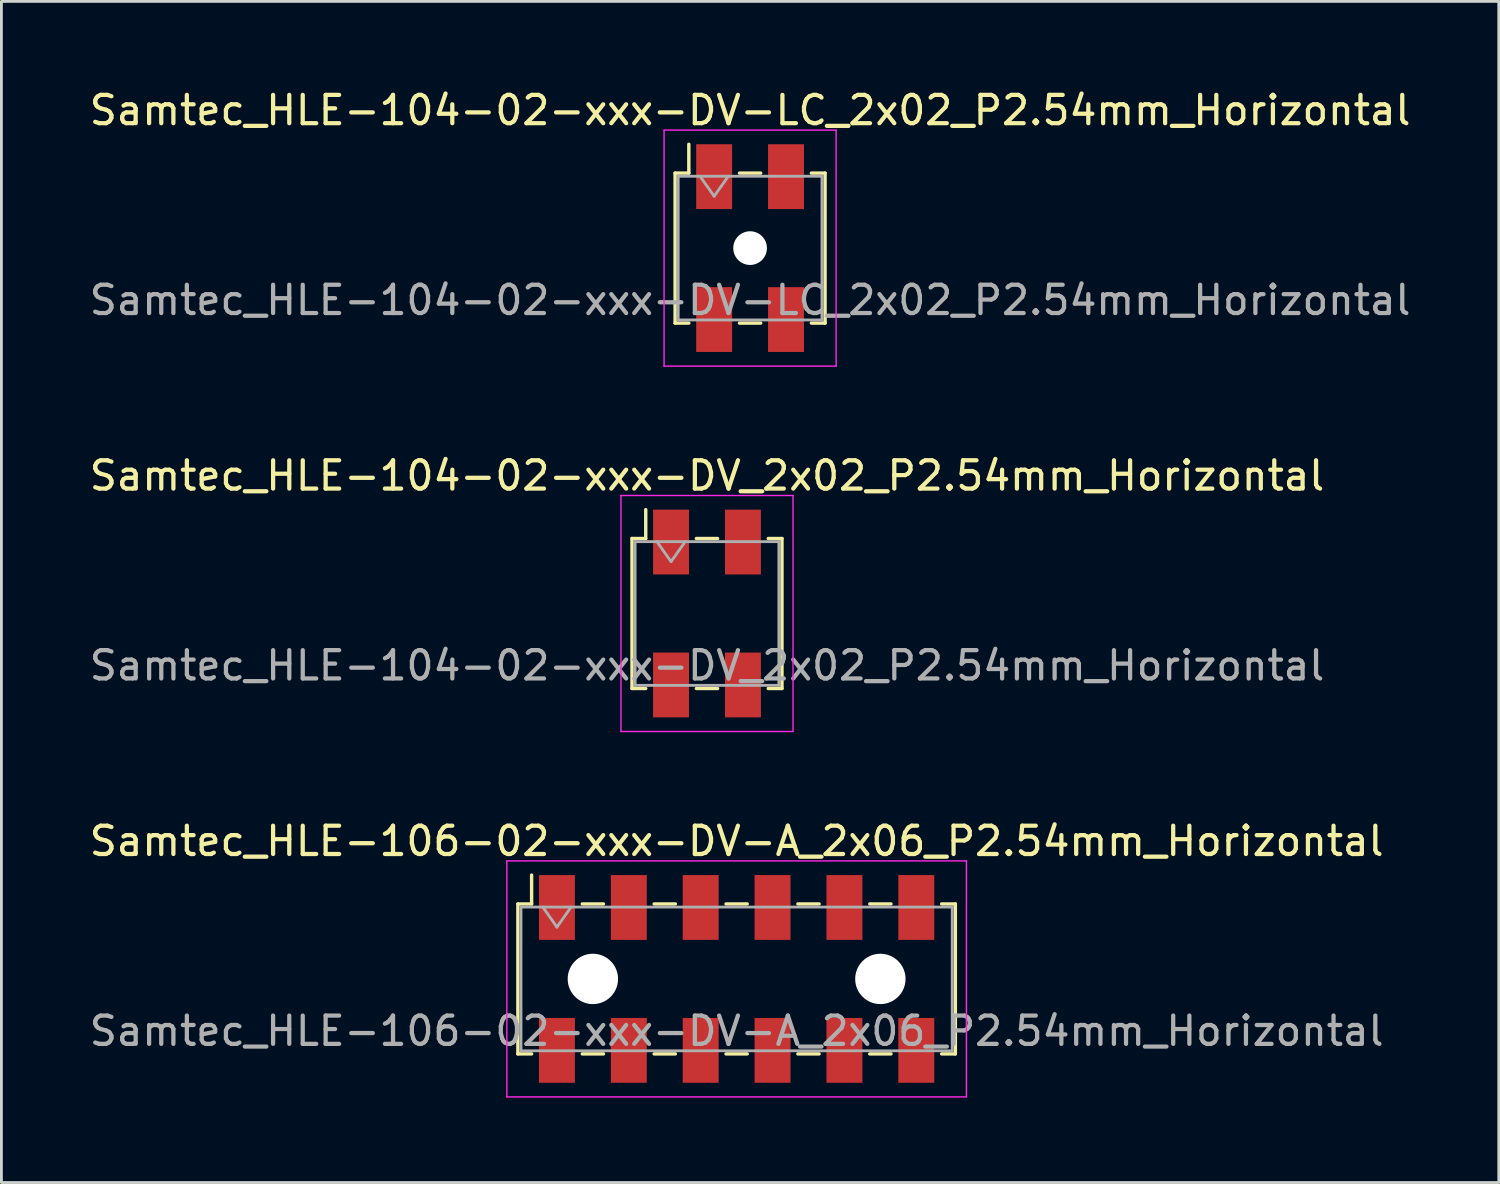
<source format=kicad_pcb>
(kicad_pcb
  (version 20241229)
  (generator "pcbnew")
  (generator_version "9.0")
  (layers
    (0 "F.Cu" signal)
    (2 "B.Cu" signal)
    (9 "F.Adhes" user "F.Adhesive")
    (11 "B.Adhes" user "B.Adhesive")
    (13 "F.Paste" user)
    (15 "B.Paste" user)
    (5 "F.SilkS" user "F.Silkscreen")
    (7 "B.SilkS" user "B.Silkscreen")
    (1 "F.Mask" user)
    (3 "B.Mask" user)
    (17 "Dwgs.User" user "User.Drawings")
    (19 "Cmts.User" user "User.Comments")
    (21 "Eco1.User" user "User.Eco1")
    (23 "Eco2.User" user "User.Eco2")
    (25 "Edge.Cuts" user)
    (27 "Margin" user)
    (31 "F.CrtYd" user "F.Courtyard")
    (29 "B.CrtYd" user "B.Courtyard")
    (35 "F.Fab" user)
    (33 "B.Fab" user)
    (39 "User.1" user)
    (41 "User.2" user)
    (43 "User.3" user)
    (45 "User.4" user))
  (footprint "Samtec_HLE-104-02-xxx-DV-LC_2x02_P2.54mm_Horizontal"
    (layer "F.Cu")
    (at 23.458 5.718)
    (property "Reference" "Samtec_HLE-104-02-xxx-DV-LC_2x02_P2.54mm_Horizontal" (at 0 -4.87 0) (layer "F.SilkS") (effects (font (size 1 1) (thickness 0.15))))
    (attr smd)
    (fp_line (start -2.65 -2.65) (end -2.65 2.65) (stroke (width 0.12) (type solid)) (layer "F.SilkS"))
    (fp_line (start -2.65 2.65) (end -2.165 2.65) (stroke (width 0.12) (type solid)) (layer "F.SilkS"))
    (fp_line (start -2.165 -3.67) (end -2.165 -2.65) (stroke (width 0.12) (type solid)) (layer "F.SilkS"))
    (fp_line (start -2.165 -2.65) (end -2.65 -2.65) (stroke (width 0.12) (type solid)) (layer "F.SilkS"))
    (fp_line (start -0.375 -2.65) (end 0.375 -2.65) (stroke (width 0.12) (type solid)) (layer "F.SilkS"))
    (fp_line (start -0.375 2.65) (end 0.375 2.65) (stroke (width 0.12) (type solid)) (layer "F.SilkS"))
    (fp_line (start 2.165 -2.65) (end 2.65 -2.65) (stroke (width 0.12) (type solid)) (layer "F.SilkS"))
    (fp_line (start 2.65 -2.65) (end 2.65 2.65) (stroke (width 0.12) (type solid)) (layer "F.SilkS"))
    (fp_line (start 2.65 2.65) (end 2.165 2.65) (stroke (width 0.12) (type solid)) (layer "F.SilkS"))
    (fp_line (start -3.04 -4.17) (end 3.04 -4.17) (stroke (width 0.05) (type solid)) (layer "F.CrtYd"))
    (fp_line (start -3.04 4.17) (end -3.04 -4.17) (stroke (width 0.05) (type solid)) (layer "F.CrtYd"))
    (fp_line (start 3.04 -4.17) (end 3.04 4.17) (stroke (width 0.05) (type solid)) (layer "F.CrtYd"))
    (fp_line (start 3.04 4.17) (end -3.04 4.17) (stroke (width 0.05) (type solid)) (layer "F.CrtYd"))
    (fp_line (start -2.54 -2.54) (end 2.54 -2.54) (stroke (width 0.1) (type solid)) (layer "F.Fab"))
    (fp_line (start -2.54 2.54) (end -2.54 -2.54) (stroke (width 0.1) (type solid)) (layer "F.Fab"))
    (fp_line (start -1.77 -2.54) (end -1.27 -1.833) (stroke (width 0.1) (type solid)) (layer "F.Fab"))
    (fp_line (start -1.27 -1.833) (end -0.77 -2.54) (stroke (width 0.1) (type solid)) (layer "F.Fab"))
    (fp_line (start 2.54 -2.54) (end 2.54 2.54) (stroke (width 0.1) (type solid)) (layer "F.Fab"))
    (fp_line (start 2.54 2.54) (end -2.54 2.54) (stroke (width 0.1) (type solid)) (layer "F.Fab"))
    (fp_text user "${REFERENCE}" (at 0 1.84 0) (layer "F.Fab") (effects (font (size 1 1) (thickness 0.15))))
    (pad "" np_thru_hole circle (at 0 0) (size 1.19 1.19) (drill 1.19) (layers "*.Cu" "*.Mask"))
    (pad "1" smd rect (at -1.27 -2.525) (size 1.27 2.29) (layers "F.Cu" "F.Mask" "F.Paste"))
    (pad "2" smd rect (at -1.27 2.525) (size 1.27 2.29) (layers "F.Cu" "F.Mask" "F.Paste"))
    (pad "3" smd rect (at 1.27 -2.525) (size 1.27 2.29) (layers "F.Cu" "F.Mask" "F.Paste"))
    (pad "4" smd rect (at 1.27 2.525) (size 1.27 2.29) (layers "F.Cu" "F.Mask" "F.Paste")))
  (footprint "Samtec_HLE-104-02-xxx-DV_2x02_P2.54mm_Horizontal"
    (layer "F.Cu")
    (at 21.935 18.631)
    (property "Reference" "Samtec_HLE-104-02-xxx-DV_2x02_P2.54mm_Horizontal" (at 0 -4.87 0) (layer "F.SilkS") (effects (font (size 1 1) (thickness 0.15))))
    (attr smd)
    (fp_line (start -2.65 -2.65) (end -2.65 2.65) (stroke (width 0.12) (type solid)) (layer "F.SilkS"))
    (fp_line (start -2.65 2.65) (end -2.165 2.65) (stroke (width 0.12) (type solid)) (layer "F.SilkS"))
    (fp_line (start -2.165 -3.67) (end -2.165 -2.65) (stroke (width 0.12) (type solid)) (layer "F.SilkS"))
    (fp_line (start -2.165 -2.65) (end -2.65 -2.65) (stroke (width 0.12) (type solid)) (layer "F.SilkS"))
    (fp_line (start -0.375 -2.65) (end 0.375 -2.65) (stroke (width 0.12) (type solid)) (layer "F.SilkS"))
    (fp_line (start -0.375 2.65) (end 0.375 2.65) (stroke (width 0.12) (type solid)) (layer "F.SilkS"))
    (fp_line (start 2.165 -2.65) (end 2.65 -2.65) (stroke (width 0.12) (type solid)) (layer "F.SilkS"))
    (fp_line (start 2.65 -2.65) (end 2.65 2.65) (stroke (width 0.12) (type solid)) (layer "F.SilkS"))
    (fp_line (start 2.65 2.65) (end 2.165 2.65) (stroke (width 0.12) (type solid)) (layer "F.SilkS"))
    (fp_line (start -3.04 -4.17) (end 3.04 -4.17) (stroke (width 0.05) (type solid)) (layer "F.CrtYd"))
    (fp_line (start -3.04 4.17) (end -3.04 -4.17) (stroke (width 0.05) (type solid)) (layer "F.CrtYd"))
    (fp_line (start 3.04 -4.17) (end 3.04 4.17) (stroke (width 0.05) (type solid)) (layer "F.CrtYd"))
    (fp_line (start 3.04 4.17) (end -3.04 4.17) (stroke (width 0.05) (type solid)) (layer "F.CrtYd"))
    (fp_line (start -2.54 -2.54) (end 2.54 -2.54) (stroke (width 0.1) (type solid)) (layer "F.Fab"))
    (fp_line (start -2.54 2.54) (end -2.54 -2.54) (stroke (width 0.1) (type solid)) (layer "F.Fab"))
    (fp_line (start -1.77 -2.54) (end -1.27 -1.833) (stroke (width 0.1) (type solid)) (layer "F.Fab"))
    (fp_line (start -1.27 -1.833) (end -0.77 -2.54) (stroke (width 0.1) (type solid)) (layer "F.Fab"))
    (fp_line (start 2.54 -2.54) (end 2.54 2.54) (stroke (width 0.1) (type solid)) (layer "F.Fab"))
    (fp_line (start 2.54 2.54) (end -2.54 2.54) (stroke (width 0.1) (type solid)) (layer "F.Fab"))
    (fp_text user "${REFERENCE}" (at 0 1.84 0) (layer "F.Fab") (effects (font (size 1 1) (thickness 0.15))))
    (pad "1" smd rect (at -1.27 -2.525) (size 1.27 2.29) (layers "F.Cu" "F.Mask" "F.Paste"))
    (pad "2" smd rect (at -1.27 2.525) (size 1.27 2.29) (layers "F.Cu" "F.Mask" "F.Paste"))
    (pad "3" smd rect (at 1.27 -2.525) (size 1.27 2.29) (layers "F.Cu" "F.Mask" "F.Paste"))
    (pad "4" smd rect (at 1.27 2.525) (size 1.27 2.29) (layers "F.Cu" "F.Mask" "F.Paste")))
  (footprint "Samtec_HLE-106-02-xxx-DV-A_2x06_P2.54mm_Horizontal"
    (layer "F.Cu")
    (at 22.982 31.545)
    (property "Reference" "Samtec_HLE-106-02-xxx-DV-A_2x06_P2.54mm_Horizontal" (at 0 -4.87 0) (layer "F.SilkS") (effects (font (size 1 1) (thickness 0.15))))
    (attr smd)
    (fp_line (start -7.73 -2.65) (end -7.73 2.65) (stroke (width 0.12) (type solid)) (layer "F.SilkS"))
    (fp_line (start -7.73 2.65) (end -7.245 2.65) (stroke (width 0.12) (type solid)) (layer "F.SilkS"))
    (fp_line (start -7.245 -3.67) (end -7.245 -2.65) (stroke (width 0.12) (type solid)) (layer "F.SilkS"))
    (fp_line (start -7.245 -2.65) (end -7.73 -2.65) (stroke (width 0.12) (type solid)) (layer "F.SilkS"))
    (fp_line (start -5.455 -2.65) (end -4.705 -2.65) (stroke (width 0.12) (type solid)) (layer "F.SilkS"))
    (fp_line (start -5.455 2.65) (end -4.705 2.65) (stroke (width 0.12) (type solid)) (layer "F.SilkS"))
    (fp_line (start -2.915 -2.65) (end -2.165 -2.65) (stroke (width 0.12) (type solid)) (layer "F.SilkS"))
    (fp_line (start -2.915 2.65) (end -2.165 2.65) (stroke (width 0.12) (type solid)) (layer "F.SilkS"))
    (fp_line (start -0.375 -2.65) (end 0.375 -2.65) (stroke (width 0.12) (type solid)) (layer "F.SilkS"))
    (fp_line (start -0.375 2.65) (end 0.375 2.65) (stroke (width 0.12) (type solid)) (layer "F.SilkS"))
    (fp_line (start 2.165 -2.65) (end 2.915 -2.65) (stroke (width 0.12) (type solid)) (layer "F.SilkS"))
    (fp_line (start 2.165 2.65) (end 2.915 2.65) (stroke (width 0.12) (type solid)) (layer "F.SilkS"))
    (fp_line (start 4.705 -2.65) (end 5.455 -2.65) (stroke (width 0.12) (type solid)) (layer "F.SilkS"))
    (fp_line (start 4.705 2.65) (end 5.455 2.65) (stroke (width 0.12) (type solid)) (layer "F.SilkS"))
    (fp_line (start 7.245 -2.65) (end 7.73 -2.65) (stroke (width 0.12) (type solid)) (layer "F.SilkS"))
    (fp_line (start 7.73 -2.65) (end 7.73 2.65) (stroke (width 0.12) (type solid)) (layer "F.SilkS"))
    (fp_line (start 7.73 2.65) (end 7.245 2.65) (stroke (width 0.12) (type solid)) (layer "F.SilkS"))
    (fp_line (start -8.12 -4.17) (end 8.12 -4.17) (stroke (width 0.05) (type solid)) (layer "F.CrtYd"))
    (fp_line (start -8.12 4.17) (end -8.12 -4.17) (stroke (width 0.05) (type solid)) (layer "F.CrtYd"))
    (fp_line (start 8.12 -4.17) (end 8.12 4.17) (stroke (width 0.05) (type solid)) (layer "F.CrtYd"))
    (fp_line (start 8.12 4.17) (end -8.12 4.17) (stroke (width 0.05) (type solid)) (layer "F.CrtYd"))
    (fp_line (start -7.62 -2.54) (end 7.62 -2.54) (stroke (width 0.1) (type solid)) (layer "F.Fab"))
    (fp_line (start -7.62 2.54) (end -7.62 -2.54) (stroke (width 0.1) (type solid)) (layer "F.Fab"))
    (fp_line (start -6.85 -2.54) (end -6.35 -1.833) (stroke (width 0.1) (type solid)) (layer "F.Fab"))
    (fp_line (start -6.35 -1.833) (end -5.85 -2.54) (stroke (width 0.1) (type solid)) (layer "F.Fab"))
    (fp_line (start 7.62 -2.54) (end 7.62 2.54) (stroke (width 0.1) (type solid)) (layer "F.Fab"))
    (fp_line (start 7.62 2.54) (end -7.62 2.54) (stroke (width 0.1) (type solid)) (layer "F.Fab"))
    (fp_text user "${REFERENCE}" (at 0 1.84 0) (layer "F.Fab") (effects (font (size 1 1) (thickness 0.15))))
    (pad "" np_thru_hole circle (at -5.08 0) (size 1.78 1.78) (drill 1.78) (layers "*.Cu" "*.Mask"))
    (pad "" np_thru_hole circle (at 5.08 0) (size 1.78 1.78) (drill 1.78) (layers "*.Cu" "*.Mask"))
    (pad "1" smd rect (at -6.35 -2.525) (size 1.27 2.29) (layers "F.Cu" "F.Mask" "F.Paste"))
    (pad "2" smd rect (at -6.35 2.525) (size 1.27 2.29) (layers "F.Cu" "F.Mask" "F.Paste"))
    (pad "3" smd rect (at -3.81 -2.525) (size 1.27 2.29) (layers "F.Cu" "F.Mask" "F.Paste"))
    (pad "4" smd rect (at -3.81 2.525) (size 1.27 2.29) (layers "F.Cu" "F.Mask" "F.Paste"))
    (pad "5" smd rect (at -1.27 -2.525) (size 1.27 2.29) (layers "F.Cu" "F.Mask" "F.Paste"))
    (pad "6" smd rect (at -1.27 2.525) (size 1.27 2.29) (layers "F.Cu" "F.Mask" "F.Paste"))
    (pad "7" smd rect (at 1.27 -2.525) (size 1.27 2.29) (layers "F.Cu" "F.Mask" "F.Paste"))
    (pad "8" smd rect (at 1.27 2.525) (size 1.27 2.29) (layers "F.Cu" "F.Mask" "F.Paste"))
    (pad "9" smd rect (at 3.81 -2.525) (size 1.27 2.29) (layers "F.Cu" "F.Mask" "F.Paste"))
    (pad "10" smd rect (at 3.81 2.525) (size 1.27 2.29) (layers "F.Cu" "F.Mask" "F.Paste"))
    (pad "11" smd rect (at 6.35 -2.525) (size 1.27 2.29) (layers "F.Cu" "F.Mask" "F.Paste"))
    (pad "12" smd rect (at 6.35 2.525) (size 1.27 2.29) (layers "F.Cu" "F.Mask" "F.Paste")))
  (gr_rect
    (start -3 -3)
    (end 49.917 38.74)
    (stroke (width 0.1) (type default))
    (fill no)
    (layer "Edge.Cuts")))
</source>
